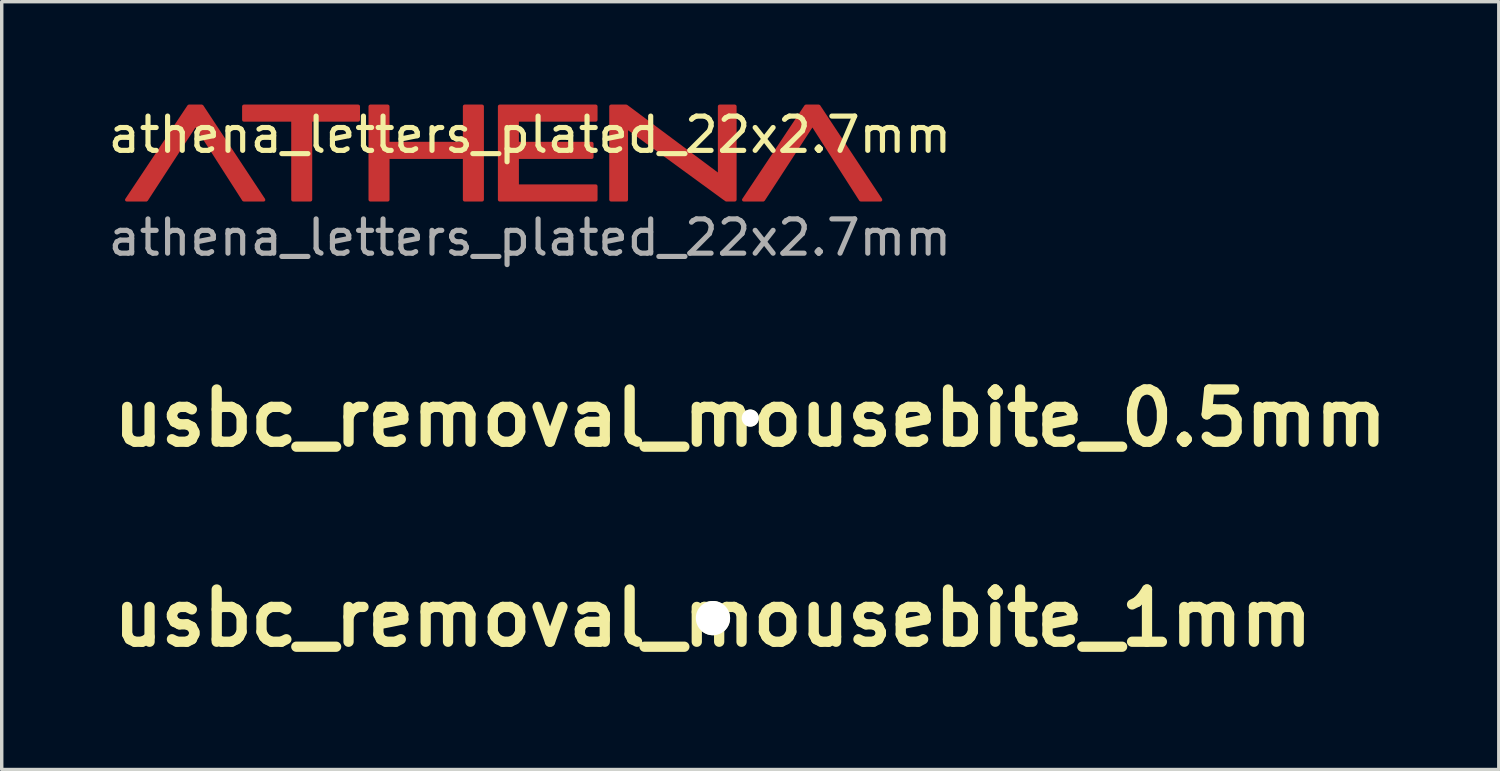
<source format=kicad_pcb>
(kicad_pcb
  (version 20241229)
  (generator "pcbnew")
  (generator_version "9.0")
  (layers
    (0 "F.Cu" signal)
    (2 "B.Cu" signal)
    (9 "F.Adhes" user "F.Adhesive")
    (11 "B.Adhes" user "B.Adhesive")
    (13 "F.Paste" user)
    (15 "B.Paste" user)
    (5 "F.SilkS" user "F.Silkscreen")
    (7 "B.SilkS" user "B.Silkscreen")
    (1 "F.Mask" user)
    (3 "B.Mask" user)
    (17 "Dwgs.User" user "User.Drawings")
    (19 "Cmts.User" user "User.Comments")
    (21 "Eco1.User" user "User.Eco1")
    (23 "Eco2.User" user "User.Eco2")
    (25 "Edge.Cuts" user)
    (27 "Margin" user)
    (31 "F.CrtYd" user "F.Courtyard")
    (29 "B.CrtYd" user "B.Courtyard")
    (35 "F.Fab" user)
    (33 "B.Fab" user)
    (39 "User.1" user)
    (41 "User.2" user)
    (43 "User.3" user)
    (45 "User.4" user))
  (footprint "usbc_removal_mousebite_0.5mm"
    (layer "F.Cu")
    (at 18.84 9.148)
    (property "Reference" "usbc_removal_mousebite_0.5mm" (at 0 0 0) (layer "F.SilkS") (effects (font (size 1.524 1.524) (thickness 0.3))))
    (attr through_hole exclude_from_bom)
    (pad "" np_thru_hole circle (at 0 0) (size 0.5 0.5) (drill 0.5) (layers "F.SilkS")))
  (footprint "usbc_removal_mousebite_1mm"
    (layer "F.Cu")
    (at 17.751 14.984)
    (property "Reference" "usbc_removal_mousebite_1mm" (at 0 0 0) (layer "F.SilkS") (effects (font (size 1.524 1.524) (thickness 0.3))))
    (attr through_hole exclude_from_bom)
    (pad "" np_thru_hole circle (at 0 0) (size 1 1) (drill 1) (layers "F.SilkS")))
  (footprint "athena_letters_plated_22x2.7mm"
    (layer "F.Cu")
    (at 12.411 1.382)
    (property "Reference" "athena_letters_plated_22x2.7mm" (at 0 -0.5 0) (unlocked yes) (layer "F.SilkS") (effects (font (size 1 1) (thickness 0.15))))
    (attr smd)
    (fp_text user "${REFERENCE}" (at 0 2.5 0) (unlocked yes) (layer "F.Fab") (effects (font (size 1 1) (thickness 0.15))))
    (pad "1" smd custom (at -9.8 -1) (size 0.2 0.2) (layers "F.Cu" "F.Mask") (options (anchor circle)) (primitives (gr_poly (pts (xy 2.033 2.4) (xy 0.228 -0.333) (xy -0.149 -0.333) (xy -1.966 2.4) (xy -1.391 2.4) (xy 0.041 0.198) (xy 1.451 2.4) (xy 2.033 2.4)) (width 0.097) (fill yes))))
    (pad "1" smd custom (at -6.7 -1.2) (size 0.2 0.2) (layers "F.Cu" "F.Mask") (options (anchor circle)) (primitives (gr_poly (pts (xy 0.3 2.6) (xy 0.3 0.27) (xy 1.694 0.27) (xy 1.694 -0.133) (xy -1.649 -0.133) (xy -1.649 0.27) (xy -0.216 0.27) (xy -0.216 2.6) (xy 0.3 2.6)) (width 0.097) (fill yes))))
    (pad "1" smd custom (at -4.4 -0.1) (size 0.2 0.2) (layers "F.Cu" "F.Mask") (options (anchor circle)) (primitives (gr_poly (pts (xy 3.009 1.5) (xy 3.009 -1.233) (xy 2.492 -1.233) (xy 2.492 -0.146) (xy 0.256 -0.146) (xy 0.256 -1.233) (xy -0.261 -1.233) (xy -0.261 1.5) (xy 0.256 1.5) (xy 0.256 0.257) (xy 2.492 0.257) (xy 2.492 1.5) (xy 3.009 1.5)) (width 0.097) (fill yes))))
    (pad "1" smd custom (at -0.6 0) (size 0.2 0.2) (layers "F.Cu" "F.Mask") (options (anchor circle)) (primitives (gr_poly (pts (xy 2.525 1.4) (xy 2.525 0.996) (xy 0.23 0.996) (xy 0.23 0.157) (xy 2.408 0.157) (xy 2.408 -0.246) (xy 0.23 -0.246) (xy 0.23 -0.93) (xy 2.525 -0.93) (xy 2.525 -1.333) (xy -0.286 -1.333) (xy -0.286 1.4) (xy 2.525 1.4)) (width 0.097) (fill yes))))
    (pad "1" smd custom (at 2.7 -0.9) (size 0.2 0.2) (layers "F.Cu" "F.Mask") (options (anchor circle)) (primitives (gr_poly (pts (xy 3.282 2.3) (xy 3.282 -0.433) (xy 2.832 -0.433) (xy 2.832 1.597) (xy 0.11 -0.433) (xy -0.337 -0.433) (xy -0.337 2.3) (xy 0.114 2.3) (xy 0.114 0.172) (xy 3.03 2.3) (xy 3.282 2.3)) (width 0.097) (fill yes))))
    (pad "1" smd circle (at 5.8 0.3) (size 0.2 0.2) (layers "F.Cu" "F.Mask"))
    (pad "1" smd custom (at 8.1 -0.9) (size 0.2 0.2) (layers "F.Cu" "F.Mask") (options (anchor circle)) (primitives (gr_poly (pts (xy 2.134 2.3) (xy 0.328 -0.433) (xy -0.048 -0.433) (xy -1.865 2.3) (xy -1.291 2.3) (xy 0.142 0.098) (xy 1.552 2.3) (xy 2.134 2.3)) (width 0.097) (fill yes)))))
  (gr_rect
    (start -3 -3)
    (end 40.679 19.402)
    (stroke (width 0.1) (type default))
    (fill no)
    (layer "Edge.Cuts")))
</source>
